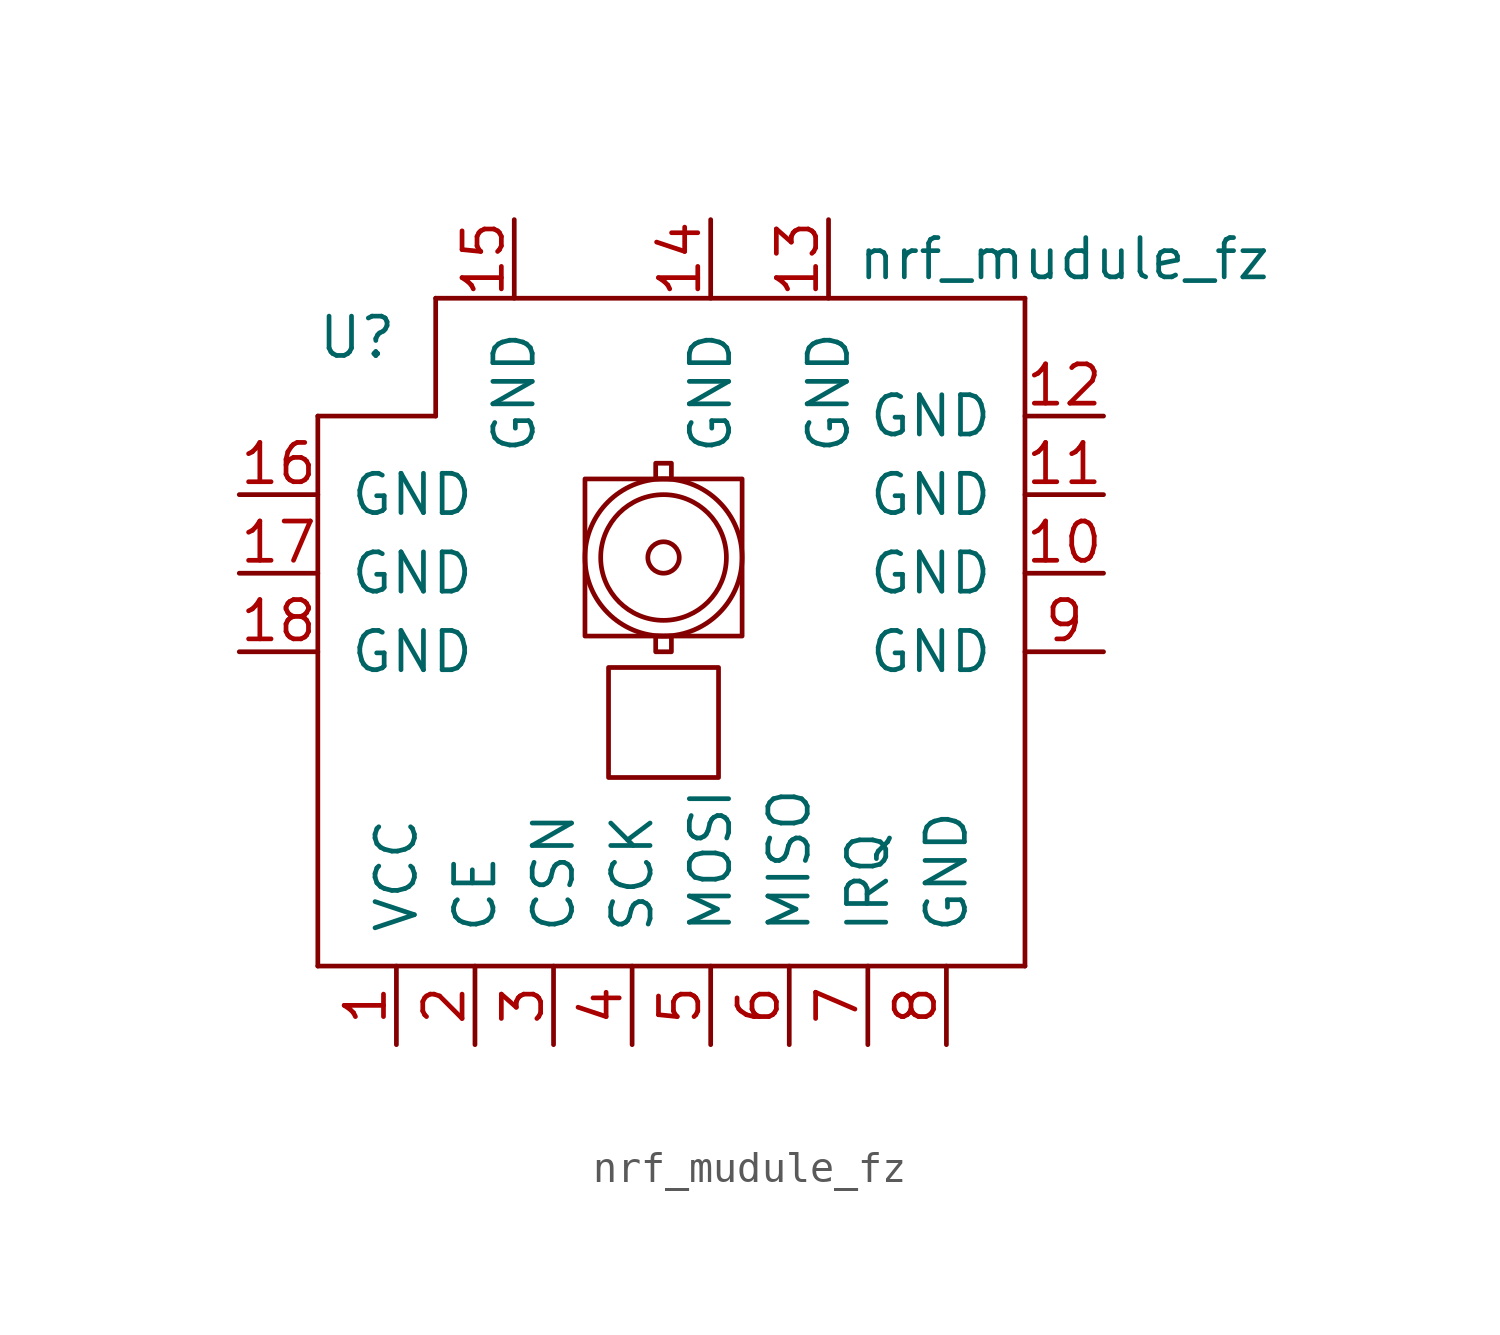
<source format=kicad_sym>
(kicad_symbol_lib
  (version 20211014)
  (generator kicad_symbol_editor)
  (symbol "nrf_mudule_fz"
    (pin_names
      (offset 1.016))
    (property "Reference" "U"
      (at -8.89 0 0)
      (effects (font (size 1.27 1.27))))
    (property "Value" "nrf_mudule_fz"
      (at 13.97 2.54 0)
      (effects (font (size 1.27 1.27))))
    (symbol "nrf_mudule_fz_0_1"
      (rectangle (start -10.16 -20.32) (end -10.16 -2.54) (stroke (width 0) (type default) (color 0 0 0 0)) (fill (type none)))
      (rectangle (start -10.16 -2.54) (end -6.35 -2.54) (stroke (width 0) (type default) (color 0 0 0 0)) (fill (type none)))
      (rectangle (start -6.35 1.27) (end -6.35 -2.54) (stroke (width 0) (type default) (color 0 0 0 0)) (fill (type none)))
      (rectangle (start -6.35 1.27) (end 12.7 1.27) (stroke (width 0) (type default) (color 0 0 0 0)) (fill (type none)))
      (rectangle (start -1.524 -4.572) (end 3.556 -9.652) (stroke (width 0) (type default) (color 0 0 0 0)) (fill (type none)))
      (rectangle (start -0.762 -10.668) (end 2.794 -14.224) (stroke (width 0) (type default) (color 0 0 0 0)) (fill (type none)))
      (rectangle (start 0.762 -9.652) (end 1.27 -10.16) (stroke (width 0) (type default) (color 0 0 0 0)) (fill (type none)))
      (rectangle (start 0.762 -4.572) (end 1.27 -4.064) (stroke (width 0) (type default) (color 0 0 0 0)) (fill (type none)))
      (circle (center 1.016 -7.112) (radius 0.508) (stroke (width 0) (type default) (color 0 0 0 0)) (fill (type none)))
      (circle (center 1.016 -7.112) (radius 2.032) (stroke (width 0) (type default) (color 0 0 0 0)) (fill (type none)))
      (circle (center 1.016 -7.112) (radius 2.54) (stroke (width 0) (type default) (color 0 0 0 0)) (fill (type none)))
      (rectangle (start 12.7 -20.32) (end -10.16 -20.32) (stroke (width 0) (type default) (color 0 0 0 0)) (fill (type none)))
      (rectangle (start 12.7 1.27) (end 12.7 -20.32) (stroke (width 0) (type default) (color 0 0 0 0)) (fill (type none))))
    (symbol "nrf_mudule_fz_1_1"
      (pin input line (at -7.62 -22.86 90) (length 2.54) (name "VCC" (effects (font (size 1.27 1.27)))) (number "1" (effects (font (size 1.27 1.27)))))
      (pin input line (at 15.24 -7.62 180) (length 2.54) (name "GND" (effects (font (size 1.27 1.27)))) (number "10" (effects (font (size 1.27 1.27)))))
      (pin input line (at 15.24 -5.08 180) (length 2.54) (name "GND" (effects (font (size 1.27 1.27)))) (number "11" (effects (font (size 1.27 1.27)))))
      (pin input line (at 15.24 -2.54 180) (length 2.54) (name "GND" (effects (font (size 1.27 1.27)))) (number "12" (effects (font (size 1.27 1.27)))))
      (pin input line (at 6.35 3.81 270) (length 2.54) (name "GND" (effects (font (size 1.27 1.27)))) (number "13" (effects (font (size 1.27 1.27)))))
      (pin input line (at 2.54 3.81 270) (length 2.54) (name "GND" (effects (font (size 1.27 1.27)))) (number "14" (effects (font (size 1.27 1.27)))))
      (pin input line (at -3.81 3.81 270) (length 2.54) (name "GND" (effects (font (size 1.27 1.27)))) (number "15" (effects (font (size 1.27 1.27)))))
      (pin input line (at -12.7 -5.08 0) (length 2.54) (name "GND" (effects (font (size 1.27 1.27)))) (number "16" (effects (font (size 1.27 1.27)))))
      (pin input line (at -12.7 -7.62 0) (length 2.54) (name "GND" (effects (font (size 1.27 1.27)))) (number "17" (effects (font (size 1.27 1.27)))))
      (pin input line (at -12.7 -10.16 0) (length 2.54) (name "GND" (effects (font (size 1.27 1.27)))) (number "18" (effects (font (size 1.27 1.27)))))
      (pin input line (at -5.08 -22.86 90) (length 2.54) (name "CE" (effects (font (size 1.27 1.27)))) (number "2" (effects (font (size 1.27 1.27)))))
      (pin input line (at -2.54 -22.86 90) (length 2.54) (name "CSN" (effects (font (size 1.27 1.27)))) (number "3" (effects (font (size 1.27 1.27)))))
      (pin input line (at 0 -22.86 90) (length 2.54) (name "SCK" (effects (font (size 1.27 1.27)))) (number "4" (effects (font (size 1.27 1.27)))))
      (pin input line (at 2.54 -22.86 90) (length 2.54) (name "MOSI" (effects (font (size 1.27 1.27)))) (number "5" (effects (font (size 1.27 1.27)))))
      (pin input line (at 5.08 -22.86 90) (length 2.54) (name "MISO" (effects (font (size 1.27 1.27)))) (number "6" (effects (font (size 1.27 1.27)))))
      (pin input line (at 7.62 -22.86 90) (length 2.54) (name "IRQ" (effects (font (size 1.27 1.27)))) (number "7" (effects (font (size 1.27 1.27)))))
      (pin input line (at 10.16 -22.86 90) (length 2.54) (name "GND" (effects (font (size 1.27 1.27)))) (number "8" (effects (font (size 1.27 1.27)))))
      (pin input line (at 15.24 -10.16 180) (length 2.54) (name "GND" (effects (font (size 1.27 1.27)))) (number "9" (effects (font (size 1.27 1.27))))))))
</source>
